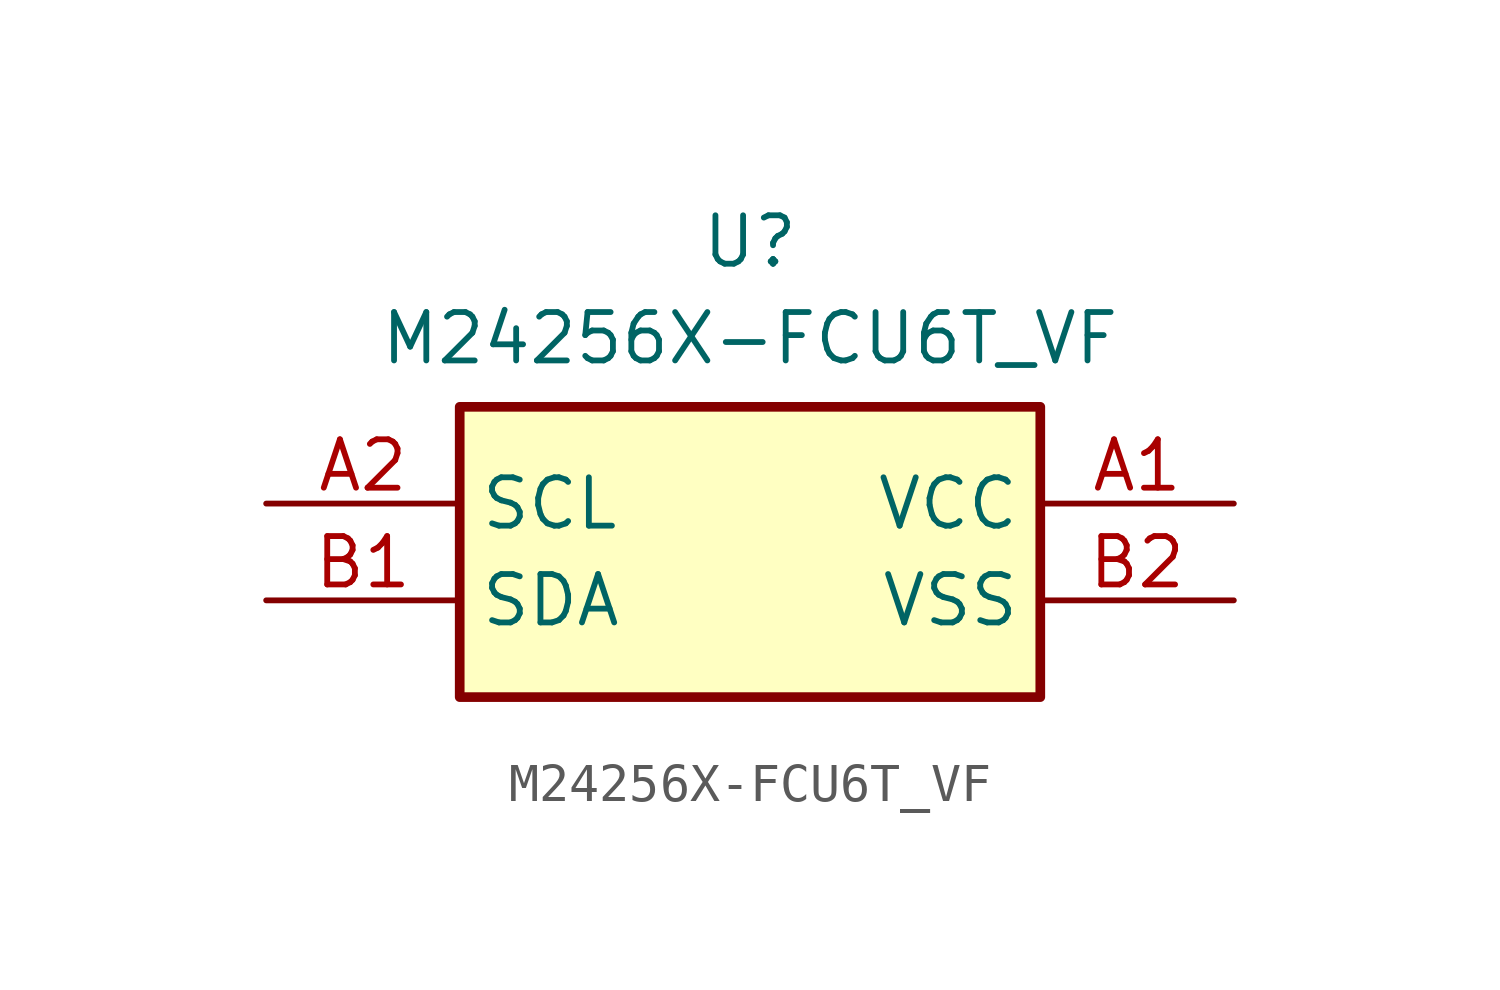
<source format=kicad_sym>
(kicad_symbol_lib
  (version 20231120)
  (generator "kicad_symbol_editor")
  (generator_version "8.0")
  (symbol "M24256X-FCU6T_VF"
    (property "Reference" "U"
      (at 0 7.62 0)
      (effects (font (size 1.27 1.27)) (justify top)))
    (property "Value" "M24256X-FCU6T_VF"
      (at 0 5.08 0)
      (effects (font (size 1.27 1.27)) (justify top)))
    (symbol "M24256X-FCU6T_VF_1_1"
      (rectangle (start -7.62 2.54) (end 7.62 -5.08) (stroke (width 0.254) (type default)) (fill (type background)))
      (pin passive line (at 12.7 0 180) (length 5.08) (name "VCC" (effects (font (size 1.27 1.27)))) (number "A1" (effects (font (size 1.27 1.27)))))
      (pin passive line (at -12.7 0 0) (length 5.08) (name "SCL" (effects (font (size 1.27 1.27)))) (number "A2" (effects (font (size 1.27 1.27)))))
      (pin passive line (at -12.7 -2.54 0) (length 5.08) (name "SDA" (effects (font (size 1.27 1.27)))) (number "B1" (effects (font (size 1.27 1.27)))))
      (pin passive line (at 12.7 -2.54 180) (length 5.08) (name "VSS" (effects (font (size 1.27 1.27)))) (number "B2" (effects (font (size 1.27 1.27))))))))
</source>
